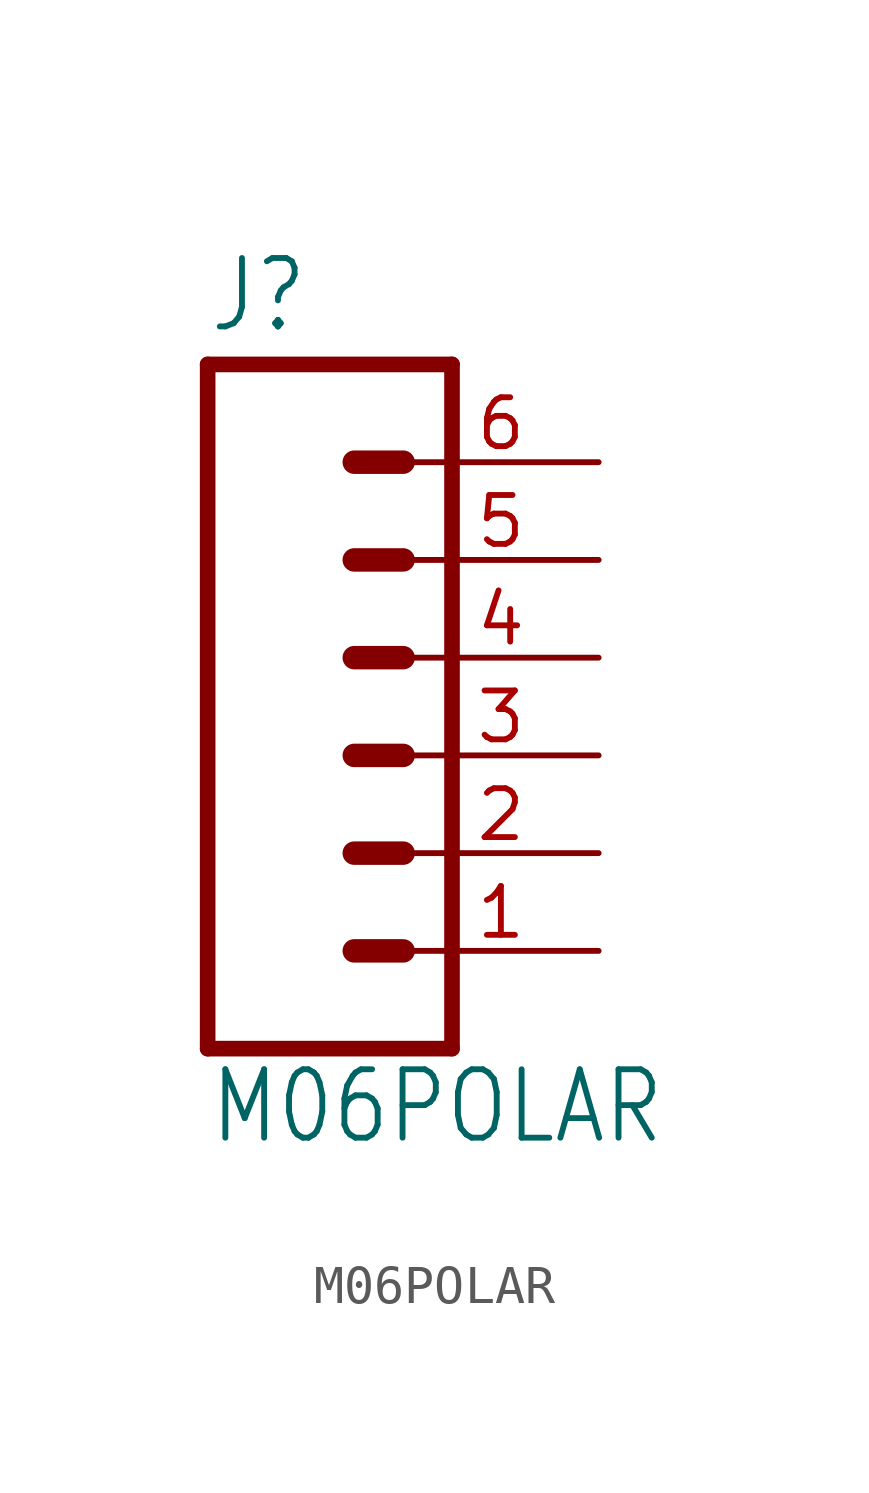
<source format=kicad_sym>
(kicad_symbol_lib
  (version 20220914)
  (generator kicad_symbol_editor)
  (symbol "M06POLAR"
    (property "Reference" "J"
      (at -5.08 10.922 0)
      (effects (font (size 1.778 1.511)) (justify left bottom)))
    (property "Value" "M06POLAR"
      (at -5.08 -10.16 0)
      (effects (font (size 1.778 1.511)) (justify left bottom)))
    (property "ki_locked" ""
      (at 0 0 0)
      (effects (font (size 1.27 1.27))))
    (symbol "M06POLAR_1_0"
      (polyline (pts (xy -5.08 10.16) (xy -5.08 -7.62)) (stroke (width 0.406) (type default)) (fill (type none)))
      (polyline (pts (xy -5.08 10.16) (xy 1.27 10.16)) (stroke (width 0.406) (type default)) (fill (type none)))
      (polyline (pts (xy -1.27 -5.08) (xy 0 -5.08)) (stroke (width 0.61) (type default)) (fill (type none)))
      (polyline (pts (xy -1.27 -2.54) (xy 0 -2.54)) (stroke (width 0.61) (type default)) (fill (type none)))
      (polyline (pts (xy -1.27 0) (xy 0 0)) (stroke (width 0.61) (type default)) (fill (type none)))
      (polyline (pts (xy -1.27 2.54) (xy 0 2.54)) (stroke (width 0.61) (type default)) (fill (type none)))
      (polyline (pts (xy -1.27 5.08) (xy 0 5.08)) (stroke (width 0.61) (type default)) (fill (type none)))
      (polyline (pts (xy -1.27 7.62) (xy 0 7.62)) (stroke (width 0.61) (type default)) (fill (type none)))
      (polyline (pts (xy 1.27 -7.62) (xy -5.08 -7.62)) (stroke (width 0.406) (type default)) (fill (type none)))
      (polyline (pts (xy 1.27 -7.62) (xy 1.27 10.16)) (stroke (width 0.406) (type default)) (fill (type none)))
      (pin passive line (at 5.08 -5.08 180) (length 5.08) (name "1" (effects (font (size 0 0)))) (number "1" (effects (font (size 1.27 1.27)))))
      (pin passive line (at 5.08 -2.54 180) (length 5.08) (name "2" (effects (font (size 0 0)))) (number "2" (effects (font (size 1.27 1.27)))))
      (pin passive line (at 5.08 0 180) (length 5.08) (name "3" (effects (font (size 0 0)))) (number "3" (effects (font (size 1.27 1.27)))))
      (pin passive line (at 5.08 2.54 180) (length 5.08) (name "4" (effects (font (size 0 0)))) (number "4" (effects (font (size 1.27 1.27)))))
      (pin passive line (at 5.08 5.08 180) (length 5.08) (name "5" (effects (font (size 0 0)))) (number "5" (effects (font (size 1.27 1.27)))))
      (pin passive line (at 5.08 7.62 180) (length 5.08) (name "6" (effects (font (size 0 0)))) (number "6" (effects (font (size 1.27 1.27))))))))
</source>
